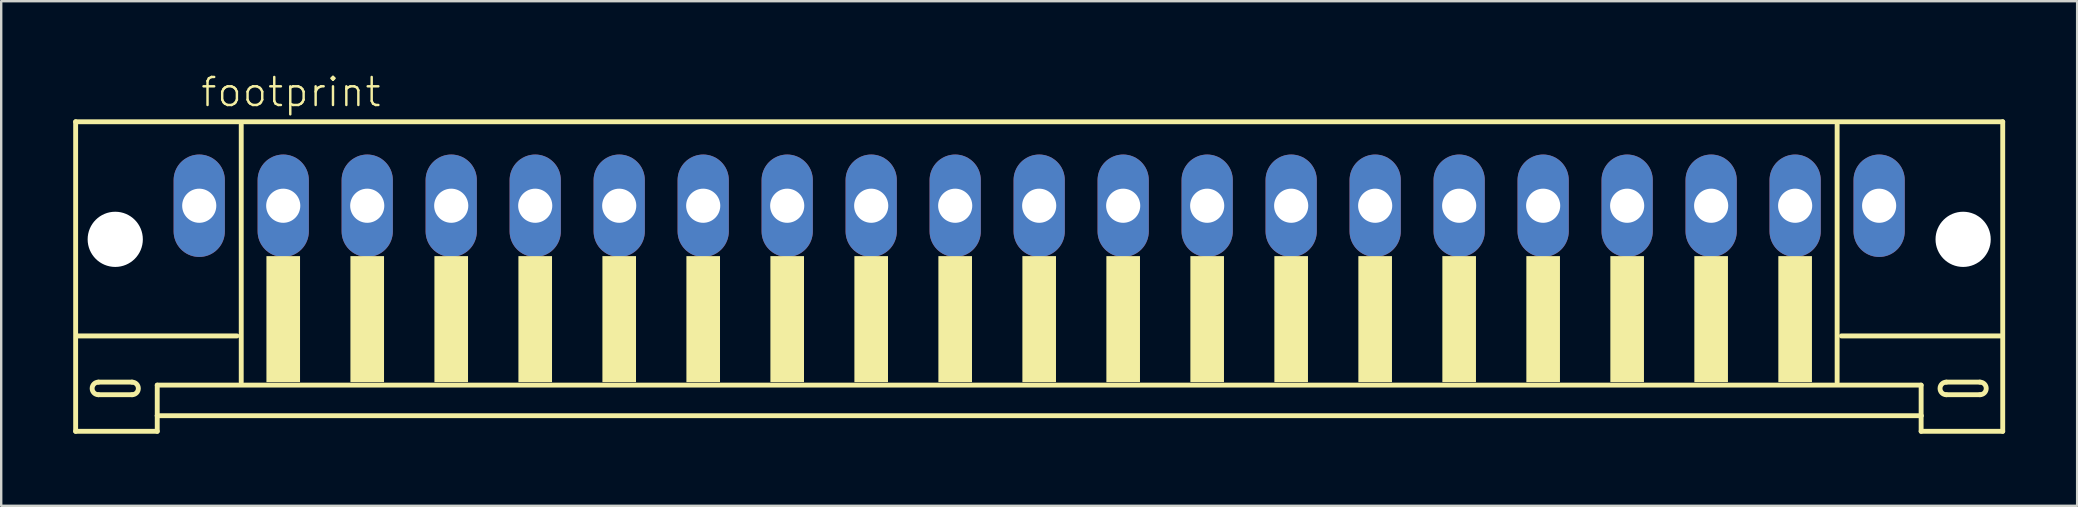
<source format=kicad_pcb>
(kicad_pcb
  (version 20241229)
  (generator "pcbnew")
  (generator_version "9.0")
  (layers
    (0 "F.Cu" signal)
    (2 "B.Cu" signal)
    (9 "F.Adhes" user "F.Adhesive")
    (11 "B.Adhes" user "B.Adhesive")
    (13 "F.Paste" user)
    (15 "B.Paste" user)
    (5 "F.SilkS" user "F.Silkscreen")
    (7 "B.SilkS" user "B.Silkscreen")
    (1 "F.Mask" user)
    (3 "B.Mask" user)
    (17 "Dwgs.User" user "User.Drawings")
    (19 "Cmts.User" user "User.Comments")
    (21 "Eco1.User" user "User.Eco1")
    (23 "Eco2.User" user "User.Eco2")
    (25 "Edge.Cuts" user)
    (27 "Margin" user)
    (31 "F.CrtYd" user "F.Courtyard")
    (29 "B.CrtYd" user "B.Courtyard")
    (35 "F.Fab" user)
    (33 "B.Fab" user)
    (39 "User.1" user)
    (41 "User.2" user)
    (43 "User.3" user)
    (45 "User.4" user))
  (footprint "footprint"
    (layer "F.Cu")
    (at 40.252 7.273)
    (property "Reference" "footprint" (at -35 -5.8 0) (layer "F.SilkS") (effects (font (size 1.168 1.168) (thickness 0.102)) (justify left bottom)))
    (fp_line (start -40.15 -5.25) (end -40.15 7.65) (stroke (width 0.203) (type solid)) (layer "F.SilkS"))
    (fp_line (start -40.15 7.65) (end -36.75 7.65) (stroke (width 0.203) (type solid)) (layer "F.SilkS"))
    (fp_line (start -39.2 5.6) (end -37.8 5.6) (stroke (width 0.203) (type solid)) (layer "F.SilkS"))
    (fp_line (start -37.8 6.125) (end -39.2 6.125) (stroke (width 0.203) (type solid)) (layer "F.SilkS"))
    (fp_line (start -36.75 5.725) (end 36.75 5.725) (stroke (width 0.203) (type solid)) (layer "F.SilkS"))
    (fp_line (start -36.75 7) (end -36.75 5.725) (stroke (width 0.203) (type solid)) (layer "F.SilkS"))
    (fp_line (start -36.75 7) (end 36.75 7) (stroke (width 0.203) (type solid)) (layer "F.SilkS"))
    (fp_line (start -36.75 7.65) (end -36.75 7) (stroke (width 0.203) (type solid)) (layer "F.SilkS"))
    (fp_line (start -33.425 3.675) (end -40.075 3.675) (stroke (width 0.203) (type solid)) (layer "F.SilkS"))
    (fp_line (start -33.25 -5.125) (end -33.25 5.6) (stroke (width 0.203) (type solid)) (layer "F.SilkS"))
    (fp_line (start 33.25 5.6) (end 33.25 -5.125) (stroke (width 0.203) (type solid)) (layer "F.SilkS"))
    (fp_line (start 36.75 5.725) (end 36.75 7) (stroke (width 0.203) (type solid)) (layer "F.SilkS"))
    (fp_line (start 36.75 7) (end 36.75 7.65) (stroke (width 0.203) (type solid)) (layer "F.SilkS"))
    (fp_line (start 36.75 7.65) (end 40.15 7.65) (stroke (width 0.203) (type solid)) (layer "F.SilkS"))
    (fp_line (start 37.8 5.6) (end 39.2 5.6) (stroke (width 0.203) (type solid)) (layer "F.SilkS"))
    (fp_line (start 39.2 6.125) (end 37.8 6.125) (stroke (width 0.203) (type solid)) (layer "F.SilkS"))
    (fp_line (start 40.075 3.675) (end 33.425 3.675) (stroke (width 0.203) (type solid)) (layer "F.SilkS"))
    (fp_line (start 40.15 -5.25) (end -40.15 -5.25) (stroke (width 0.203) (type solid)) (layer "F.SilkS"))
    (fp_line (start 40.15 7.65) (end 40.15 -5.25) (stroke (width 0.203) (type solid)) (layer "F.SilkS"))
    (fp_arc (start -39.2 6.125) (mid -39.4625 5.8625) (end -39.2 5.6) (stroke (width 0.2032) (type solid)) (layer "F.SilkS"))
    (fp_arc (start -37.8 5.6) (mid -37.5375 5.8625) (end -37.8 6.125) (stroke (width 0.2032) (type solid)) (layer "F.SilkS"))
    (fp_arc (start 37.8 6.125) (mid 37.5375 5.8625) (end 37.8 5.6) (stroke (width 0.2032) (type solid)) (layer "F.SilkS"))
    (fp_arc (start 39.2 5.6) (mid 39.4625 5.8625) (end 39.2 6.125) (stroke (width 0.2032) (type solid)) (layer "F.SilkS"))
    (fp_poly (pts (xy -32.2 5.6) (xy -30.8 5.6) (xy -30.8 0.35) (xy -32.2 0.35)) (stroke (width 0) (type solid)) (fill yes) (layer "F.SilkS"))
    (fp_poly (pts (xy -28.7 5.6) (xy -27.3 5.6) (xy -27.3 0.35) (xy -28.7 0.35)) (stroke (width 0) (type solid)) (fill yes) (layer "F.SilkS"))
    (fp_poly (pts (xy -25.2 5.6) (xy -23.8 5.6) (xy -23.8 0.35) (xy -25.2 0.35)) (stroke (width 0) (type solid)) (fill yes) (layer "F.SilkS"))
    (fp_poly (pts (xy -21.7 5.6) (xy -20.3 5.6) (xy -20.3 0.35) (xy -21.7 0.35)) (stroke (width 0) (type solid)) (fill yes) (layer "F.SilkS"))
    (fp_poly (pts (xy -18.2 5.6) (xy -16.8 5.6) (xy -16.8 0.35) (xy -18.2 0.35)) (stroke (width 0) (type solid)) (fill yes) (layer "F.SilkS"))
    (fp_poly (pts (xy -14.7 5.6) (xy -13.3 5.6) (xy -13.3 0.35) (xy -14.7 0.35)) (stroke (width 0) (type solid)) (fill yes) (layer "F.SilkS"))
    (fp_poly (pts (xy -11.2 5.6) (xy -9.8 5.6) (xy -9.8 0.35) (xy -11.2 0.35)) (stroke (width 0) (type solid)) (fill yes) (layer "F.SilkS"))
    (fp_poly (pts (xy -7.7 5.6) (xy -6.3 5.6) (xy -6.3 0.35) (xy -7.7 0.35)) (stroke (width 0) (type solid)) (fill yes) (layer "F.SilkS"))
    (fp_poly (pts (xy -4.2 5.6) (xy -2.8 5.6) (xy -2.8 0.35) (xy -4.2 0.35)) (stroke (width 0) (type solid)) (fill yes) (layer "F.SilkS"))
    (fp_poly (pts (xy -0.7 5.6) (xy 0.7 5.6) (xy 0.7 0.35) (xy -0.7 0.35)) (stroke (width 0) (type solid)) (fill yes) (layer "F.SilkS"))
    (fp_poly (pts (xy 2.8 5.6) (xy 4.2 5.6) (xy 4.2 0.35) (xy 2.8 0.35)) (stroke (width 0) (type solid)) (fill yes) (layer "F.SilkS"))
    (fp_poly (pts (xy 6.3 5.6) (xy 7.7 5.6) (xy 7.7 0.35) (xy 6.3 0.35)) (stroke (width 0) (type solid)) (fill yes) (layer "F.SilkS"))
    (fp_poly (pts (xy 9.8 5.6) (xy 11.2 5.6) (xy 11.2 0.35) (xy 9.8 0.35)) (stroke (width 0) (type solid)) (fill yes) (layer "F.SilkS"))
    (fp_poly (pts (xy 13.3 5.6) (xy 14.7 5.6) (xy 14.7 0.35) (xy 13.3 0.35)) (stroke (width 0) (type solid)) (fill yes) (layer "F.SilkS"))
    (fp_poly (pts (xy 16.8 5.6) (xy 18.2 5.6) (xy 18.2 0.35) (xy 16.8 0.35)) (stroke (width 0) (type solid)) (fill yes) (layer "F.SilkS"))
    (fp_poly (pts (xy 20.3 5.6) (xy 21.7 5.6) (xy 21.7 0.35) (xy 20.3 0.35)) (stroke (width 0) (type solid)) (fill yes) (layer "F.SilkS"))
    (fp_poly (pts (xy 23.8 5.6) (xy 25.2 5.6) (xy 25.2 0.35) (xy 23.8 0.35)) (stroke (width 0) (type solid)) (fill yes) (layer "F.SilkS"))
    (fp_poly (pts (xy 27.3 5.6) (xy 28.7 5.6) (xy 28.7 0.35) (xy 27.3 0.35)) (stroke (width 0) (type solid)) (fill yes) (layer "F.SilkS"))
    (fp_poly (pts (xy 30.8 5.6) (xy 32.2 5.6) (xy 32.2 0.35) (xy 30.8 0.35)) (stroke (width 0) (type solid)) (fill yes) (layer "F.SilkS"))
    (pad "" np_thru_hole circle (at -38.5 -0.35) (size 2.3 2.3) (drill 2.3) (layers "*.Cu" "*.Mask"))
    (pad "" np_thru_hole circle (at 38.5 -0.35) (size 2.3 2.3) (drill 2.3) (layers "*.Cu" "*.Mask"))
    (pad "1" thru_hole oval (at -35 -1.75 90) (size 4.267 2.134) (drill 1.422) (layers "*.Cu" "*.Mask"))
    (pad "2" thru_hole oval (at -31.5 -1.75 90) (size 4.267 2.134) (drill 1.422) (layers "*.Cu" "*.Mask"))
    (pad "3" thru_hole oval (at -28 -1.75 90) (size 4.267 2.134) (drill 1.422) (layers "*.Cu" "*.Mask"))
    (pad "4" thru_hole oval (at -24.5 -1.75 90) (size 4.267 2.134) (drill 1.422) (layers "*.Cu" "*.Mask"))
    (pad "5" thru_hole oval (at -21 -1.75 90) (size 4.267 2.134) (drill 1.422) (layers "*.Cu" "*.Mask"))
    (pad "6" thru_hole oval (at -17.5 -1.75 90) (size 4.267 2.134) (drill 1.422) (layers "*.Cu" "*.Mask"))
    (pad "7" thru_hole oval (at -14 -1.75 90) (size 4.267 2.134) (drill 1.422) (layers "*.Cu" "*.Mask"))
    (pad "8" thru_hole oval (at -10.5 -1.75 90) (size 4.267 2.134) (drill 1.422) (layers "*.Cu" "*.Mask"))
    (pad "9" thru_hole oval (at -7 -1.75 90) (size 4.267 2.134) (drill 1.422) (layers "*.Cu" "*.Mask"))
    (pad "10" thru_hole oval (at -3.5 -1.75 90) (size 4.267 2.134) (drill 1.422) (layers "*.Cu" "*.Mask"))
    (pad "11" thru_hole oval (at 0 -1.75 90) (size 4.267 2.134) (drill 1.422) (layers "*.Cu" "*.Mask"))
    (pad "12" thru_hole oval (at 3.5 -1.75 90) (size 4.267 2.134) (drill 1.422) (layers "*.Cu" "*.Mask"))
    (pad "13" thru_hole oval (at 7 -1.75 90) (size 4.267 2.134) (drill 1.422) (layers "*.Cu" "*.Mask"))
    (pad "14" thru_hole oval (at 10.5 -1.75 90) (size 4.267 2.134) (drill 1.422) (layers "*.Cu" "*.Mask"))
    (pad "15" thru_hole oval (at 14 -1.75 90) (size 4.267 2.134) (drill 1.422) (layers "*.Cu" "*.Mask"))
    (pad "16" thru_hole oval (at 17.5 -1.75 90) (size 4.267 2.134) (drill 1.422) (layers "*.Cu" "*.Mask"))
    (pad "17" thru_hole oval (at 21 -1.75 90) (size 4.267 2.134) (drill 1.422) (layers "*.Cu" "*.Mask"))
    (pad "18" thru_hole oval (at 24.5 -1.75 90) (size 4.267 2.134) (drill 1.422) (layers "*.Cu" "*.Mask"))
    (pad "19" thru_hole oval (at 28 -1.75 90) (size 4.267 2.134) (drill 1.422) (layers "*.Cu" "*.Mask"))
    (pad "20" thru_hole oval (at 31.5 -1.75 90) (size 4.267 2.134) (drill 1.422) (layers "*.Cu" "*.Mask"))
    (pad "21" thru_hole oval (at 35 -1.75 90) (size 4.267 2.134) (drill 1.422) (layers "*.Cu" "*.Mask")))
  (gr_rect
    (start -3 -3)
    (end 83.503 18.025)
    (stroke (width 0.1) (type default))
    (fill no)
    (layer "Edge.Cuts")))
</source>
